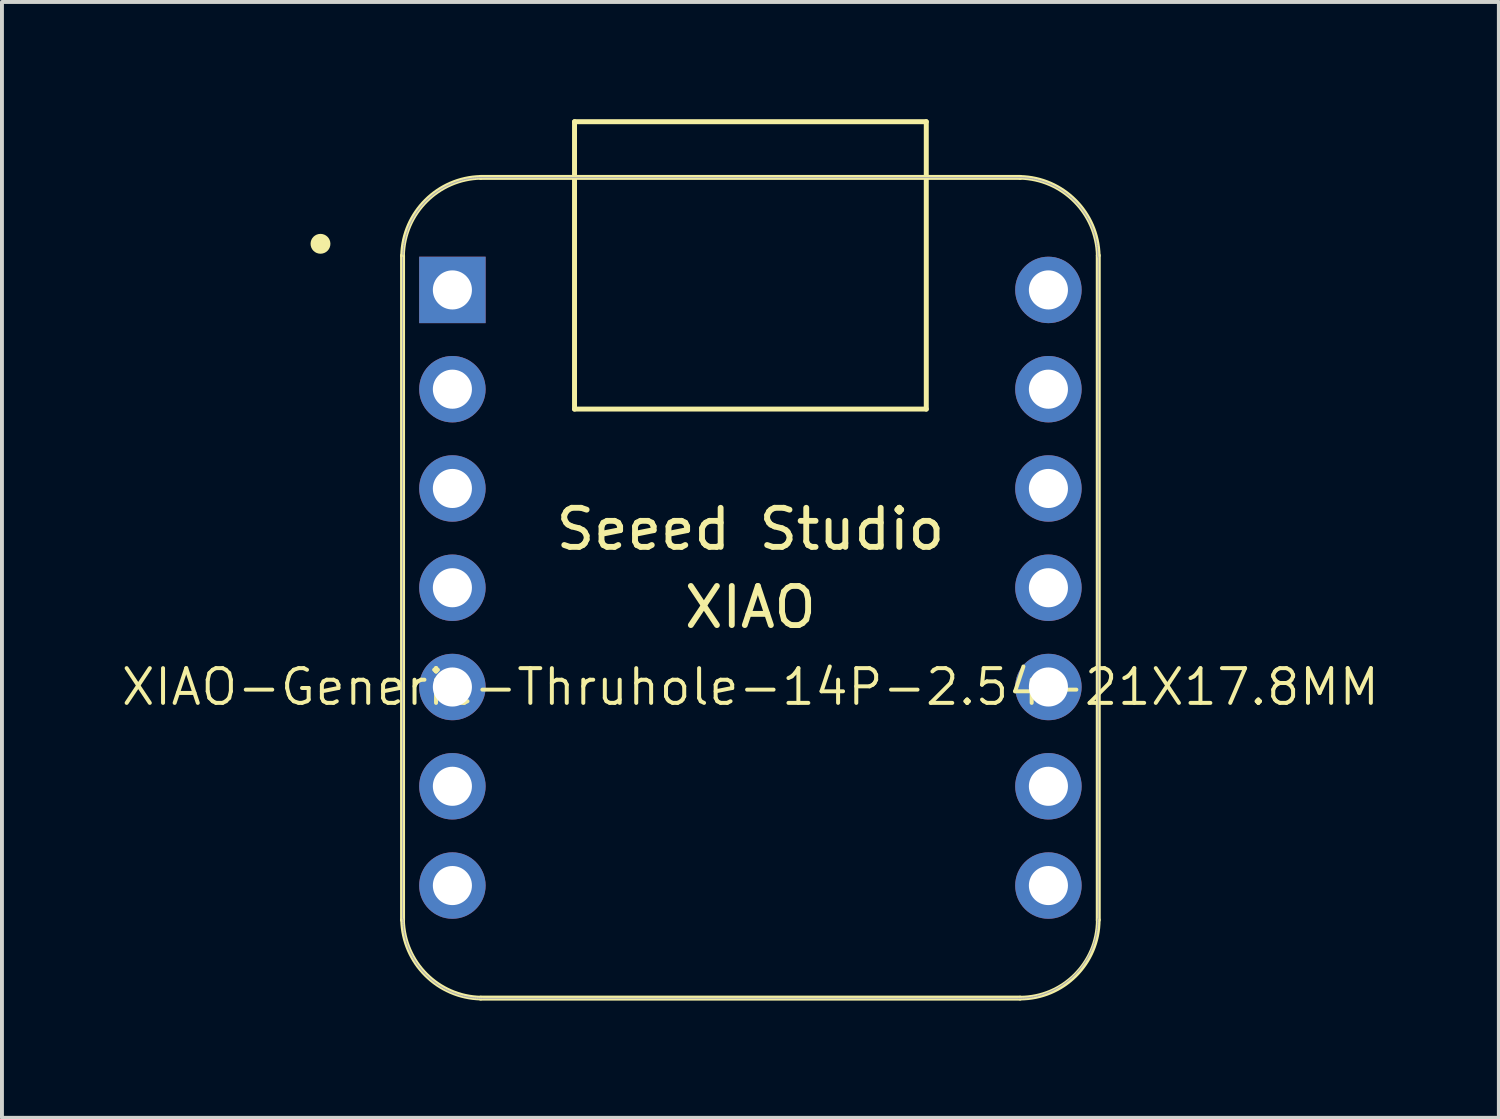
<source format=kicad_pcb>
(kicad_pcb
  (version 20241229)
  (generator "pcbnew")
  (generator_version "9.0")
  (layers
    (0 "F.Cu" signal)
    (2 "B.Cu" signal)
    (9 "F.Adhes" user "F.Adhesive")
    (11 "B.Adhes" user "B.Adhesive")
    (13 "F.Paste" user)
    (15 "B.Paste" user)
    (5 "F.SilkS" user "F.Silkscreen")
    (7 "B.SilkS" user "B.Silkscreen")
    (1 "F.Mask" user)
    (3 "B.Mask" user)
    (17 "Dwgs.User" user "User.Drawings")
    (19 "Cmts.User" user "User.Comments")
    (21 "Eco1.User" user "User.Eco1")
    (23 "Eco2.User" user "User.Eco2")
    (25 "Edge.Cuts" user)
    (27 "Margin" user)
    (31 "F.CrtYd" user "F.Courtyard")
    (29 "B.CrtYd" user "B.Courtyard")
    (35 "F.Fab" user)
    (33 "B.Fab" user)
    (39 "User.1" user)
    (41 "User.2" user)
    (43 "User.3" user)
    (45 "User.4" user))
  (footprint "XIAO-Generic-Thruhole-14P-2.54-21X17.8MM"
    (layer "F.Cu")
    (at 16.15 11.988)
    (property "Reference" "XIAO-Generic-Thruhole-14P-2.54-21X17.8MM" (at 0 2.54 0) (layer "F.SilkS") (effects (font (size 0.889 0.889) (thickness 0.102))))
    (attr smd)
    (fp_line (start -8.9 -8.5) (end -8.9 8.5) (stroke (width 0.127) (type solid)) (layer "F.SilkS"))
    (fp_line (start -6.9 10.5) (end 6.9 10.5) (stroke (width 0.127) (type solid)) (layer "F.SilkS"))
    (fp_line (start -4.5 -11.924) (end 4.5 -11.924) (stroke (width 0.127) (type solid)) (layer "F.SilkS"))
    (fp_line (start -4.5 -4.571) (end -4.5 -11.924) (stroke (width 0.127) (type solid)) (layer "F.SilkS"))
    (fp_line (start 4.5 -11.924) (end 4.5 -4.571) (stroke (width 0.127) (type solid)) (layer "F.SilkS"))
    (fp_line (start 4.5 -4.571) (end -4.5 -4.571) (stroke (width 0.127) (type solid)) (layer "F.SilkS"))
    (fp_line (start 6.9 -10.499) (end -6.9 -10.499) (stroke (width 0.127) (type solid)) (layer "F.SilkS"))
    (fp_line (start 8.9 8.5) (end 8.9 -8.5) (stroke (width 0.127) (type solid)) (layer "F.SilkS"))
    (fp_arc (start -8.9 -8.5) (mid -8.301491 -9.901491) (end -6.9 -10.5) (stroke (width 0.12) (type solid)) (layer "F.SilkS"))
    (fp_arc (start -6.9 10.5) (mid -8.301423 9.901423) (end -8.9 8.5) (stroke (width 0.12) (type solid)) (layer "F.SilkS"))
    (fp_arc (start 6.9 -10.5) (mid 8.301491 -9.901491) (end 8.9 -8.5) (stroke (width 0.12) (type solid)) (layer "F.SilkS"))
    (fp_arc (start 8.9 8.5) (mid 8.314214 9.914214) (end 6.9 10.5) (stroke (width 0.12) (type solid)) (layer "F.SilkS"))
    (fp_circle (center -11 -8.8) (end -11 -9.054) (stroke (width 0) (type solid)) (fill yes) (layer "F.SilkS"))
    (fp_poly (pts (xy -8.888 -8.562) (xy -8.885 -8.61) (xy -8.881 -8.659)) (stroke (width 0.025) (type solid)) (fill no) (layer "F.SilkS"))
    (fp_poly (pts (xy 8.889 8.522) (xy 8.888 8.571) (xy 8.885 8.62) (xy 8.881 8.669) (xy 8.875 8.717) (xy 8.869 8.766) (xy 8.861 8.815) (xy 8.852 8.863) (xy 8.842 8.911)) (stroke (width 0.025) (type solid)) (fill no) (layer "F.SilkS"))
    (fp_line (start -8.9 -8.463) (end -8.9 8.473) (stroke (width 0.025) (type solid)) (layer "F.Fab"))
    (fp_line (start -8.89 8.473) (end -8.889 8.522) (stroke (width 0.025) (type solid)) (layer "F.Fab"))
    (fp_line (start -8.889 8.522) (end -8.888 8.571) (stroke (width 0.025) (type solid)) (layer "F.Fab"))
    (fp_line (start -8.888 -8.562) (end -8.889 -8.512) (stroke (width 0.025) (type solid)) (layer "F.Fab"))
    (fp_line (start -8.888 8.571) (end -8.885 8.62) (stroke (width 0.025) (type solid)) (layer "F.Fab"))
    (fp_line (start -8.885 -8.61) (end -8.888 -8.562) (stroke (width 0.025) (type solid)) (layer "F.Fab"))
    (fp_line (start -8.885 8.62) (end -8.881 8.669) (stroke (width 0.025) (type solid)) (layer "F.Fab"))
    (fp_line (start -8.881 -8.659) (end -8.885 -8.61) (stroke (width 0.025) (type solid)) (layer "F.Fab"))
    (fp_line (start -8.881 8.669) (end -8.875 8.717) (stroke (width 0.025) (type solid)) (layer "F.Fab"))
    (fp_line (start -8.875 -8.708) (end -8.881 -8.659) (stroke (width 0.025) (type solid)) (layer "F.Fab"))
    (fp_line (start -8.875 8.717) (end -8.869 8.766) (stroke (width 0.025) (type solid)) (layer "F.Fab"))
    (fp_line (start -8.869 -8.757) (end -8.875 -8.708) (stroke (width 0.025) (type solid)) (layer "F.Fab"))
    (fp_line (start -8.869 8.766) (end -8.861 8.815) (stroke (width 0.025) (type solid)) (layer "F.Fab"))
    (fp_line (start -8.861 -8.806) (end -8.869 -8.757) (stroke (width 0.025) (type solid)) (layer "F.Fab"))
    (fp_line (start -8.861 8.815) (end -8.852 8.863) (stroke (width 0.025) (type solid)) (layer "F.Fab"))
    (fp_line (start -8.852 -8.854) (end -8.861 -8.806) (stroke (width 0.025) (type solid)) (layer "F.Fab"))
    (fp_line (start -8.852 8.863) (end -8.842 8.911) (stroke (width 0.025) (type solid)) (layer "F.Fab"))
    (fp_line (start -8.842 -8.902) (end -8.852 -8.854) (stroke (width 0.025) (type solid)) (layer "F.Fab"))
    (fp_line (start -8.842 8.911) (end -8.831 8.959) (stroke (width 0.025) (type solid)) (layer "F.Fab"))
    (fp_line (start -8.831 -8.95) (end -8.842 -8.902) (stroke (width 0.025) (type solid)) (layer "F.Fab"))
    (fp_line (start -8.831 8.959) (end -8.819 9.006) (stroke (width 0.025) (type solid)) (layer "F.Fab"))
    (fp_line (start -8.819 -8.997) (end -8.831 -8.95) (stroke (width 0.025) (type solid)) (layer "F.Fab"))
    (fp_line (start -8.819 9.006) (end -8.805 9.054) (stroke (width 0.025) (type solid)) (layer "F.Fab"))
    (fp_line (start -8.805 -9.045) (end -8.819 -8.997) (stroke (width 0.025) (type solid)) (layer "F.Fab"))
    (fp_line (start -8.805 9.054) (end -8.79 9.1) (stroke (width 0.025) (type solid)) (layer "F.Fab"))
    (fp_line (start -8.79 -9.091) (end -8.805 -9.045) (stroke (width 0.025) (type solid)) (layer "F.Fab"))
    (fp_line (start -8.79 9.1) (end -8.775 9.147) (stroke (width 0.025) (type solid)) (layer "F.Fab"))
    (fp_line (start -8.775 -9.138) (end -8.79 -9.091) (stroke (width 0.025) (type solid)) (layer "F.Fab"))
    (fp_line (start -8.775 9.147) (end -8.758 9.193) (stroke (width 0.025) (type solid)) (layer "F.Fab"))
    (fp_line (start -8.758 -9.184) (end -8.775 -9.138) (stroke (width 0.025) (type solid)) (layer "F.Fab"))
    (fp_line (start -8.758 9.193) (end -8.74 9.239) (stroke (width 0.025) (type solid)) (layer "F.Fab"))
    (fp_line (start -8.74 -9.23) (end -8.758 -9.184) (stroke (width 0.025) (type solid)) (layer "F.Fab"))
    (fp_line (start -8.74 9.239) (end -8.721 9.284) (stroke (width 0.025) (type solid)) (layer "F.Fab"))
    (fp_line (start -8.721 -9.275) (end -8.74 -9.23) (stroke (width 0.025) (type solid)) (layer "F.Fab"))
    (fp_line (start -8.721 9.284) (end -8.701 9.329) (stroke (width 0.025) (type solid)) (layer "F.Fab"))
    (fp_line (start -8.701 -9.32) (end -8.721 -9.275) (stroke (width 0.025) (type solid)) (layer "F.Fab"))
    (fp_line (start -8.701 9.329) (end -8.679 9.373) (stroke (width 0.025) (type solid)) (layer "F.Fab"))
    (fp_line (start -8.679 -9.364) (end -8.701 -9.32) (stroke (width 0.025) (type solid)) (layer "F.Fab"))
    (fp_line (start -8.679 9.373) (end -8.657 9.417) (stroke (width 0.025) (type solid)) (layer "F.Fab"))
    (fp_line (start -8.657 -9.408) (end -8.679 -9.364) (stroke (width 0.025) (type solid)) (layer "F.Fab"))
    (fp_line (start -8.657 9.417) (end -8.634 9.46) (stroke (width 0.025) (type solid)) (layer "F.Fab"))
    (fp_line (start -8.634 -9.451) (end -8.657 -9.408) (stroke (width 0.025) (type solid)) (layer "F.Fab"))
    (fp_line (start -8.634 9.46) (end -8.61 9.503) (stroke (width 0.025) (type solid)) (layer "F.Fab"))
    (fp_line (start -8.61 -9.494) (end -8.634 -9.451) (stroke (width 0.025) (type solid)) (layer "F.Fab"))
    (fp_line (start -8.61 9.503) (end -8.584 9.545) (stroke (width 0.025) (type solid)) (layer "F.Fab"))
    (fp_line (start -8.584 -9.536) (end -8.61 -9.494) (stroke (width 0.025) (type solid)) (layer "F.Fab"))
    (fp_line (start -8.584 9.545) (end -8.558 9.586) (stroke (width 0.025) (type solid)) (layer "F.Fab"))
    (fp_line (start -8.558 -9.577) (end -8.584 -9.536) (stroke (width 0.025) (type solid)) (layer "F.Fab"))
    (fp_line (start -8.558 9.586) (end -8.53 9.627) (stroke (width 0.025) (type solid)) (layer "F.Fab"))
    (fp_line (start -8.53 -9.618) (end -8.558 -9.577) (stroke (width 0.025) (type solid)) (layer "F.Fab"))
    (fp_line (start -8.53 9.627) (end -8.502 9.667) (stroke (width 0.025) (type solid)) (layer "F.Fab"))
    (fp_line (start -8.502 -9.658) (end -8.53 -9.618) (stroke (width 0.025) (type solid)) (layer "F.Fab"))
    (fp_line (start -8.502 9.667) (end -8.473 9.706) (stroke (width 0.025) (type solid)) (layer "F.Fab"))
    (fp_line (start -8.473 -9.697) (end -8.502 -9.658) (stroke (width 0.025) (type solid)) (layer "F.Fab"))
    (fp_line (start -8.473 9.706) (end -8.442 9.745) (stroke (width 0.025) (type solid)) (layer "F.Fab"))
    (fp_line (start -8.442 -9.736) (end -8.473 -9.697) (stroke (width 0.025) (type solid)) (layer "F.Fab"))
    (fp_line (start -8.442 9.745) (end -8.411 9.783) (stroke (width 0.025) (type solid)) (layer "F.Fab"))
    (fp_line (start -8.411 -9.774) (end -8.442 -9.736) (stroke (width 0.025) (type solid)) (layer "F.Fab"))
    (fp_line (start -8.411 9.783) (end -8.379 9.82) (stroke (width 0.025) (type solid)) (layer "F.Fab"))
    (fp_line (start -8.379 -9.811) (end -8.411 -9.774) (stroke (width 0.025) (type solid)) (layer "F.Fab"))
    (fp_line (start -8.379 9.82) (end -8.346 9.856) (stroke (width 0.025) (type solid)) (layer "F.Fab"))
    (fp_line (start -8.346 -9.847) (end -8.379 -9.811) (stroke (width 0.025) (type solid)) (layer "F.Fab"))
    (fp_line (start -8.346 9.856) (end -8.312 9.892) (stroke (width 0.025) (type solid)) (layer "F.Fab"))
    (fp_line (start -8.312 -9.883) (end -8.346 -9.847) (stroke (width 0.025) (type solid)) (layer "F.Fab"))
    (fp_line (start -8.312 9.892) (end -8.277 9.927) (stroke (width 0.025) (type solid)) (layer "F.Fab"))
    (fp_line (start -8.277 -9.918) (end -8.312 -9.883) (stroke (width 0.025) (type solid)) (layer "F.Fab"))
    (fp_line (start -8.277 9.927) (end -8.242 9.96) (stroke (width 0.025) (type solid)) (layer "F.Fab"))
    (fp_line (start -8.242 -9.951) (end -8.277 -9.918) (stroke (width 0.025) (type solid)) (layer "F.Fab"))
    (fp_line (start -8.242 9.96) (end -8.205 9.994) (stroke (width 0.025) (type solid)) (layer "F.Fab"))
    (fp_line (start -8.205 -9.984) (end -8.242 -9.951) (stroke (width 0.025) (type solid)) (layer "F.Fab"))
    (fp_line (start -8.205 9.994) (end -8.168 10.026) (stroke (width 0.025) (type solid)) (layer "F.Fab"))
    (fp_line (start -8.168 -10.017) (end -8.205 -9.984) (stroke (width 0.025) (type solid)) (layer "F.Fab"))
    (fp_line (start -8.168 10.026) (end -8.13 10.057) (stroke (width 0.025) (type solid)) (layer "F.Fab"))
    (fp_line (start -8.13 -10.048) (end -8.168 -10.017) (stroke (width 0.025) (type solid)) (layer "F.Fab"))
    (fp_line (start -8.13 10.057) (end -8.092 10.087) (stroke (width 0.025) (type solid)) (layer "F.Fab"))
    (fp_line (start -8.092 -10.078) (end -8.13 -10.048) (stroke (width 0.025) (type solid)) (layer "F.Fab"))
    (fp_line (start -8.092 10.087) (end -8.052 10.116) (stroke (width 0.025) (type solid)) (layer "F.Fab"))
    (fp_line (start -8.052 -10.107) (end -8.092 -10.078) (stroke (width 0.025) (type solid)) (layer "F.Fab"))
    (fp_line (start -8.052 10.116) (end -8.012 10.145) (stroke (width 0.025) (type solid)) (layer "F.Fab"))
    (fp_line (start -8.012 -10.136) (end -8.052 -10.107) (stroke (width 0.025) (type solid)) (layer "F.Fab"))
    (fp_line (start -8.012 10.145) (end -7.972 10.172) (stroke (width 0.025) (type solid)) (layer "F.Fab"))
    (fp_line (start -7.972 -10.163) (end -8.012 -10.136) (stroke (width 0.025) (type solid)) (layer "F.Fab"))
    (fp_line (start -7.972 10.172) (end -7.93 10.199) (stroke (width 0.025) (type solid)) (layer "F.Fab"))
    (fp_line (start -7.93 -10.19) (end -7.972 -10.163) (stroke (width 0.025) (type solid)) (layer "F.Fab"))
    (fp_line (start -7.93 10.199) (end -7.888 10.224) (stroke (width 0.025) (type solid)) (layer "F.Fab"))
    (fp_line (start -7.888 -10.215) (end -7.93 -10.19) (stroke (width 0.025) (type solid)) (layer "F.Fab"))
    (fp_line (start -7.888 10.224) (end -7.846 10.249) (stroke (width 0.025) (type solid)) (layer "F.Fab"))
    (fp_line (start -7.846 -10.239) (end -7.888 -10.215) (stroke (width 0.025) (type solid)) (layer "F.Fab"))
    (fp_line (start -7.846 10.249) (end -7.802 10.272) (stroke (width 0.025) (type solid)) (layer "F.Fab"))
    (fp_line (start -7.802 -10.263) (end -7.846 -10.239) (stroke (width 0.025) (type solid)) (layer "F.Fab"))
    (fp_line (start -7.802 10.272) (end -7.759 10.294) (stroke (width 0.025) (type solid)) (layer "F.Fab"))
    (fp_line (start -7.759 -10.285) (end -7.802 -10.263) (stroke (width 0.025) (type solid)) (layer "F.Fab"))
    (fp_line (start -7.759 10.294) (end -7.714 10.315) (stroke (width 0.025) (type solid)) (layer "F.Fab"))
    (fp_line (start -7.714 -10.306) (end -7.759 -10.285) (stroke (width 0.025) (type solid)) (layer "F.Fab"))
    (fp_line (start -7.714 10.315) (end -7.67 10.335) (stroke (width 0.025) (type solid)) (layer "F.Fab"))
    (fp_line (start -7.67 -10.326) (end -7.714 -10.306) (stroke (width 0.025) (type solid)) (layer "F.Fab"))
    (fp_line (start -7.67 10.335) (end -7.624 10.354) (stroke (width 0.025) (type solid)) (layer "F.Fab"))
    (fp_line (start -7.624 -10.345) (end -7.67 -10.326) (stroke (width 0.025) (type solid)) (layer "F.Fab"))
    (fp_line (start -7.624 10.354) (end -7.579 10.372) (stroke (width 0.025) (type solid)) (layer "F.Fab"))
    (fp_line (start -7.579 -10.363) (end -7.624 -10.345) (stroke (width 0.025) (type solid)) (layer "F.Fab"))
    (fp_line (start -7.579 10.372) (end -7.532 10.389) (stroke (width 0.025) (type solid)) (layer "F.Fab"))
    (fp_line (start -7.532 -10.38) (end -7.579 -10.363) (stroke (width 0.025) (type solid)) (layer "F.Fab"))
    (fp_line (start -7.532 10.389) (end -7.486 10.405) (stroke (width 0.025) (type solid)) (layer "F.Fab"))
    (fp_line (start -7.486 -10.396) (end -7.532 -10.38) (stroke (width 0.025) (type solid)) (layer "F.Fab"))
    (fp_line (start -7.486 10.405) (end -7.439 10.42) (stroke (width 0.025) (type solid)) (layer "F.Fab"))
    (fp_line (start -7.439 -10.411) (end -7.486 -10.396) (stroke (width 0.025) (type solid)) (layer "F.Fab"))
    (fp_line (start -7.439 10.42) (end -7.392 10.433) (stroke (width 0.025) (type solid)) (layer "F.Fab"))
    (fp_line (start -7.392 -10.424) (end -7.439 -10.411) (stroke (width 0.025) (type solid)) (layer "F.Fab"))
    (fp_line (start -7.392 10.433) (end -7.344 10.446) (stroke (width 0.025) (type solid)) (layer "F.Fab"))
    (fp_line (start -7.344 -10.436) (end -7.392 -10.424) (stroke (width 0.025) (type solid)) (layer "F.Fab"))
    (fp_line (start -7.344 10.446) (end -7.296 10.457) (stroke (width 0.025) (type solid)) (layer "F.Fab"))
    (fp_line (start -7.296 -10.448) (end -7.344 -10.436) (stroke (width 0.025) (type solid)) (layer "F.Fab"))
    (fp_line (start -7.296 10.457) (end -7.248 10.467) (stroke (width 0.025) (type solid)) (layer "F.Fab"))
    (fp_line (start -7.248 -10.458) (end -7.296 -10.448) (stroke (width 0.025) (type solid)) (layer "F.Fab"))
    (fp_line (start -7.248 10.467) (end -7.2 10.476) (stroke (width 0.025) (type solid)) (layer "F.Fab"))
    (fp_line (start -7.2 -10.466) (end -7.248 -10.458) (stroke (width 0.025) (type solid)) (layer "F.Fab"))
    (fp_line (start -7.2 10.476) (end -7.152 10.483) (stroke (width 0.025) (type solid)) (layer "F.Fab"))
    (fp_line (start -7.152 -10.474) (end -7.2 -10.466) (stroke (width 0.025) (type solid)) (layer "F.Fab"))
    (fp_line (start -7.152 10.483) (end -7.103 10.49) (stroke (width 0.025) (type solid)) (layer "F.Fab"))
    (fp_line (start -7.103 -10.481) (end -7.152 -10.474) (stroke (width 0.025) (type solid)) (layer "F.Fab"))
    (fp_line (start -7.103 10.49) (end -7.054 10.495) (stroke (width 0.025) (type solid)) (layer "F.Fab"))
    (fp_line (start -7.054 -10.486) (end -7.103 -10.481) (stroke (width 0.025) (type solid)) (layer "F.Fab"))
    (fp_line (start -7.054 10.495) (end -7.005 10.499) (stroke (width 0.025) (type solid)) (layer "F.Fab"))
    (fp_line (start -7.005 -10.49) (end -7.054 -10.486) (stroke (width 0.025) (type solid)) (layer "F.Fab"))
    (fp_line (start -7.005 10.499) (end -6.956 10.502) (stroke (width 0.025) (type solid)) (layer "F.Fab"))
    (fp_line (start -6.956 -10.493) (end -7.005 -10.49) (stroke (width 0.025) (type solid)) (layer "F.Fab"))
    (fp_line (start -6.956 10.502) (end -6.907 10.504) (stroke (width 0.025) (type solid)) (layer "F.Fab"))
    (fp_line (start -6.907 -10.495) (end -6.956 -10.493) (stroke (width 0.025) (type solid)) (layer "F.Fab"))
    (fp_line (start -6.907 10.504) (end -6.858 10.505) (stroke (width 0.025) (type solid)) (layer "F.Fab"))
    (fp_line (start -6.858 -10.495) (end -6.907 -10.495) (stroke (width 0.025) (type solid)) (layer "F.Fab"))
    (fp_line (start -6.858 10.505) (end 6.858 10.505) (stroke (width 0.025) (type solid)) (layer "F.Fab"))
    (fp_line (start 6.858 -10.495) (end -6.858 -10.495) (stroke (width 0.025) (type solid)) (layer "F.Fab"))
    (fp_line (start 6.858 10.505) (end 6.907 10.504) (stroke (width 0.025) (type solid)) (layer "F.Fab"))
    (fp_line (start 6.907 -10.495) (end 6.858 -10.495) (stroke (width 0.025) (type solid)) (layer "F.Fab"))
    (fp_line (start 6.907 10.504) (end 6.956 10.502) (stroke (width 0.025) (type solid)) (layer "F.Fab"))
    (fp_line (start 6.956 -10.493) (end 6.907 -10.495) (stroke (width 0.025) (type solid)) (layer "F.Fab"))
    (fp_line (start 6.956 10.502) (end 7.005 10.499) (stroke (width 0.025) (type solid)) (layer "F.Fab"))
    (fp_line (start 7.005 -10.49) (end 6.956 -10.493) (stroke (width 0.025) (type solid)) (layer "F.Fab"))
    (fp_line (start 7.005 10.499) (end 7.054 10.495) (stroke (width 0.025) (type solid)) (layer "F.Fab"))
    (fp_line (start 7.054 -10.486) (end 7.005 -10.49) (stroke (width 0.025) (type solid)) (layer "F.Fab"))
    (fp_line (start 7.054 10.495) (end 7.103 10.49) (stroke (width 0.025) (type solid)) (layer "F.Fab"))
    (fp_line (start 7.103 -10.481) (end 7.054 -10.486) (stroke (width 0.025) (type solid)) (layer "F.Fab"))
    (fp_line (start 7.103 10.49) (end 7.152 10.483) (stroke (width 0.025) (type solid)) (layer "F.Fab"))
    (fp_line (start 7.152 -10.474) (end 7.103 -10.481) (stroke (width 0.025) (type solid)) (layer "F.Fab"))
    (fp_line (start 7.152 10.483) (end 7.2 10.476) (stroke (width 0.025) (type solid)) (layer "F.Fab"))
    (fp_line (start 7.2 -10.466) (end 7.152 -10.474) (stroke (width 0.025) (type solid)) (layer "F.Fab"))
    (fp_line (start 7.2 10.476) (end 7.248 10.467) (stroke (width 0.025) (type solid)) (layer "F.Fab"))
    (fp_line (start 7.248 -10.458) (end 7.2 -10.466) (stroke (width 0.025) (type solid)) (layer "F.Fab"))
    (fp_line (start 7.248 10.467) (end 7.296 10.457) (stroke (width 0.025) (type solid)) (layer "F.Fab"))
    (fp_line (start 7.296 -10.448) (end 7.248 -10.458) (stroke (width 0.025) (type solid)) (layer "F.Fab"))
    (fp_line (start 7.296 10.457) (end 7.344 10.446) (stroke (width 0.025) (type solid)) (layer "F.Fab"))
    (fp_line (start 7.344 -10.436) (end 7.296 -10.448) (stroke (width 0.025) (type solid)) (layer "F.Fab"))
    (fp_line (start 7.344 10.446) (end 7.392 10.433) (stroke (width 0.025) (type solid)) (layer "F.Fab"))
    (fp_line (start 7.392 -10.424) (end 7.344 -10.436) (stroke (width 0.025) (type solid)) (layer "F.Fab"))
    (fp_line (start 7.392 10.433) (end 7.439 10.42) (stroke (width 0.025) (type solid)) (layer "F.Fab"))
    (fp_line (start 7.439 -10.411) (end 7.392 -10.424) (stroke (width 0.025) (type solid)) (layer "F.Fab"))
    (fp_line (start 7.439 10.42) (end 7.486 10.405) (stroke (width 0.025) (type solid)) (layer "F.Fab"))
    (fp_line (start 7.486 -10.396) (end 7.439 -10.411) (stroke (width 0.025) (type solid)) (layer "F.Fab"))
    (fp_line (start 7.486 10.405) (end 7.532 10.389) (stroke (width 0.025) (type solid)) (layer "F.Fab"))
    (fp_line (start 7.532 -10.38) (end 7.486 -10.396) (stroke (width 0.025) (type solid)) (layer "F.Fab"))
    (fp_line (start 7.532 10.389) (end 7.579 10.372) (stroke (width 0.025) (type solid)) (layer "F.Fab"))
    (fp_line (start 7.579 -10.363) (end 7.532 -10.38) (stroke (width 0.025) (type solid)) (layer "F.Fab"))
    (fp_line (start 7.579 10.372) (end 7.624 10.354) (stroke (width 0.025) (type solid)) (layer "F.Fab"))
    (fp_line (start 7.624 -10.345) (end 7.579 -10.363) (stroke (width 0.025) (type solid)) (layer "F.Fab"))
    (fp_line (start 7.624 10.354) (end 7.67 10.335) (stroke (width 0.025) (type solid)) (layer "F.Fab"))
    (fp_line (start 7.67 -10.326) (end 7.624 -10.345) (stroke (width 0.025) (type solid)) (layer "F.Fab"))
    (fp_line (start 7.67 10.335) (end 7.714 10.315) (stroke (width 0.025) (type solid)) (layer "F.Fab"))
    (fp_line (start 7.714 -10.306) (end 7.67 -10.326) (stroke (width 0.025) (type solid)) (layer "F.Fab"))
    (fp_line (start 7.714 10.315) (end 7.759 10.294) (stroke (width 0.025) (type solid)) (layer "F.Fab"))
    (fp_line (start 7.759 -10.285) (end 7.714 -10.306) (stroke (width 0.025) (type solid)) (layer "F.Fab"))
    (fp_line (start 7.759 10.294) (end 7.802 10.272) (stroke (width 0.025) (type solid)) (layer "F.Fab"))
    (fp_line (start 7.802 -10.263) (end 7.759 -10.285) (stroke (width 0.025) (type solid)) (layer "F.Fab"))
    (fp_line (start 7.802 10.272) (end 7.846 10.249) (stroke (width 0.025) (type solid)) (layer "F.Fab"))
    (fp_line (start 7.846 -10.239) (end 7.802 -10.263) (stroke (width 0.025) (type solid)) (layer "F.Fab"))
    (fp_line (start 7.846 10.249) (end 7.888 10.224) (stroke (width 0.025) (type solid)) (layer "F.Fab"))
    (fp_line (start 7.888 -10.215) (end 7.846 -10.239) (stroke (width 0.025) (type solid)) (layer "F.Fab"))
    (fp_line (start 7.888 10.224) (end 7.93 10.199) (stroke (width 0.025) (type solid)) (layer "F.Fab"))
    (fp_line (start 7.93 -10.19) (end 7.888 -10.215) (stroke (width 0.025) (type solid)) (layer "F.Fab"))
    (fp_line (start 7.93 10.199) (end 7.972 10.172) (stroke (width 0.025) (type solid)) (layer "F.Fab"))
    (fp_line (start 7.972 -10.163) (end 7.93 -10.19) (stroke (width 0.025) (type solid)) (layer "F.Fab"))
    (fp_line (start 7.972 10.172) (end 8.012 10.145) (stroke (width 0.025) (type solid)) (layer "F.Fab"))
    (fp_line (start 8.012 -10.136) (end 7.972 -10.163) (stroke (width 0.025) (type solid)) (layer "F.Fab"))
    (fp_line (start 8.012 10.145) (end 8.052 10.116) (stroke (width 0.025) (type solid)) (layer "F.Fab"))
    (fp_line (start 8.052 -10.107) (end 8.012 -10.136) (stroke (width 0.025) (type solid)) (layer "F.Fab"))
    (fp_line (start 8.052 10.116) (end 8.092 10.087) (stroke (width 0.025) (type solid)) (layer "F.Fab"))
    (fp_line (start 8.092 -10.078) (end 8.052 -10.107) (stroke (width 0.025) (type solid)) (layer "F.Fab"))
    (fp_line (start 8.092 10.087) (end 8.13 10.057) (stroke (width 0.025) (type solid)) (layer "F.Fab"))
    (fp_line (start 8.13 -10.048) (end 8.092 -10.078) (stroke (width 0.025) (type solid)) (layer "F.Fab"))
    (fp_line (start 8.13 10.057) (end 8.168 10.026) (stroke (width 0.025) (type solid)) (layer "F.Fab"))
    (fp_line (start 8.168 -10.017) (end 8.13 -10.048) (stroke (width 0.025) (type solid)) (layer "F.Fab"))
    (fp_line (start 8.168 10.026) (end 8.205 9.994) (stroke (width 0.025) (type solid)) (layer "F.Fab"))
    (fp_line (start 8.205 -9.984) (end 8.168 -10.017) (stroke (width 0.025) (type solid)) (layer "F.Fab"))
    (fp_line (start 8.205 9.994) (end 8.242 9.96) (stroke (width 0.025) (type solid)) (layer "F.Fab"))
    (fp_line (start 8.242 -9.951) (end 8.205 -9.984) (stroke (width 0.025) (type solid)) (layer "F.Fab"))
    (fp_line (start 8.242 9.96) (end 8.277 9.927) (stroke (width 0.025) (type solid)) (layer "F.Fab"))
    (fp_line (start 8.277 -9.918) (end 8.242 -9.951) (stroke (width 0.025) (type solid)) (layer "F.Fab"))
    (fp_line (start 8.277 9.927) (end 8.312 9.892) (stroke (width 0.025) (type solid)) (layer "F.Fab"))
    (fp_line (start 8.312 -9.883) (end 8.277 -9.918) (stroke (width 0.025) (type solid)) (layer "F.Fab"))
    (fp_line (start 8.312 9.892) (end 8.346 9.856) (stroke (width 0.025) (type solid)) (layer "F.Fab"))
    (fp_line (start 8.346 -9.847) (end 8.312 -9.883) (stroke (width 0.025) (type solid)) (layer "F.Fab"))
    (fp_line (start 8.346 9.856) (end 8.379 9.82) (stroke (width 0.025) (type solid)) (layer "F.Fab"))
    (fp_line (start 8.379 -9.811) (end 8.346 -9.847) (stroke (width 0.025) (type solid)) (layer "F.Fab"))
    (fp_line (start 8.379 9.82) (end 8.411 9.783) (stroke (width 0.025) (type solid)) (layer "F.Fab"))
    (fp_line (start 8.411 -9.774) (end 8.379 -9.811) (stroke (width 0.025) (type solid)) (layer "F.Fab"))
    (fp_line (start 8.411 9.783) (end 8.442 9.745) (stroke (width 0.025) (type solid)) (layer "F.Fab"))
    (fp_line (start 8.442 -9.736) (end 8.411 -9.774) (stroke (width 0.025) (type solid)) (layer "F.Fab"))
    (fp_line (start 8.442 9.745) (end 8.473 9.706) (stroke (width 0.025) (type solid)) (layer "F.Fab"))
    (fp_line (start 8.473 -9.697) (end 8.442 -9.736) (stroke (width 0.025) (type solid)) (layer "F.Fab"))
    (fp_line (start 8.473 9.706) (end 8.502 9.667) (stroke (width 0.025) (type solid)) (layer "F.Fab"))
    (fp_line (start 8.502 -9.658) (end 8.473 -9.697) (stroke (width 0.025) (type solid)) (layer "F.Fab"))
    (fp_line (start 8.502 9.667) (end 8.53 9.627) (stroke (width 0.025) (type solid)) (layer "F.Fab"))
    (fp_line (start 8.53 -9.618) (end 8.502 -9.658) (stroke (width 0.025) (type solid)) (layer "F.Fab"))
    (fp_line (start 8.53 9.627) (end 8.558 9.586) (stroke (width 0.025) (type solid)) (layer "F.Fab"))
    (fp_line (start 8.558 -9.577) (end 8.53 -9.618) (stroke (width 0.025) (type solid)) (layer "F.Fab"))
    (fp_line (start 8.558 9.586) (end 8.584 9.545) (stroke (width 0.025) (type solid)) (layer "F.Fab"))
    (fp_line (start 8.584 -9.536) (end 8.558 -9.577) (stroke (width 0.025) (type solid)) (layer "F.Fab"))
    (fp_line (start 8.584 9.545) (end 8.61 9.503) (stroke (width 0.025) (type solid)) (layer "F.Fab"))
    (fp_line (start 8.61 -9.494) (end 8.584 -9.536) (stroke (width 0.025) (type solid)) (layer "F.Fab"))
    (fp_line (start 8.61 9.503) (end 8.634 9.46) (stroke (width 0.025) (type solid)) (layer "F.Fab"))
    (fp_line (start 8.634 -9.451) (end 8.61 -9.494) (stroke (width 0.025) (type solid)) (layer "F.Fab"))
    (fp_line (start 8.634 9.46) (end 8.657 9.417) (stroke (width 0.025) (type solid)) (layer "F.Fab"))
    (fp_line (start 8.657 -9.408) (end 8.634 -9.451) (stroke (width 0.025) (type solid)) (layer "F.Fab"))
    (fp_line (start 8.657 9.417) (end 8.679 9.373) (stroke (width 0.025) (type solid)) (layer "F.Fab"))
    (fp_line (start 8.679 -9.364) (end 8.657 -9.408) (stroke (width 0.025) (type solid)) (layer "F.Fab"))
    (fp_line (start 8.679 9.373) (end 8.701 9.329) (stroke (width 0.025) (type solid)) (layer "F.Fab"))
    (fp_line (start 8.701 -9.32) (end 8.679 -9.364) (stroke (width 0.025) (type solid)) (layer "F.Fab"))
    (fp_line (start 8.701 9.329) (end 8.721 9.284) (stroke (width 0.025) (type solid)) (layer "F.Fab"))
    (fp_line (start 8.721 -9.275) (end 8.701 -9.32) (stroke (width 0.025) (type solid)) (layer "F.Fab"))
    (fp_line (start 8.721 9.284) (end 8.74 9.239) (stroke (width 0.025) (type solid)) (layer "F.Fab"))
    (fp_line (start 8.74 -9.23) (end 8.721 -9.275) (stroke (width 0.025) (type solid)) (layer "F.Fab"))
    (fp_line (start 8.74 9.239) (end 8.758 9.193) (stroke (width 0.025) (type solid)) (layer "F.Fab"))
    (fp_line (start 8.758 -9.184) (end 8.74 -9.23) (stroke (width 0.025) (type solid)) (layer "F.Fab"))
    (fp_line (start 8.758 9.193) (end 8.775 9.147) (stroke (width 0.025) (type solid)) (layer "F.Fab"))
    (fp_line (start 8.775 -9.138) (end 8.758 -9.184) (stroke (width 0.025) (type solid)) (layer "F.Fab"))
    (fp_line (start 8.775 9.147) (end 8.79 9.1) (stroke (width 0.025) (type solid)) (layer "F.Fab"))
    (fp_line (start 8.79 -9.091) (end 8.775 -9.138) (stroke (width 0.025) (type solid)) (layer "F.Fab"))
    (fp_line (start 8.79 9.1) (end 8.805 9.054) (stroke (width 0.025) (type solid)) (layer "F.Fab"))
    (fp_line (start 8.805 -9.045) (end 8.79 -9.091) (stroke (width 0.025) (type solid)) (layer "F.Fab"))
    (fp_line (start 8.805 9.054) (end 8.819 9.006) (stroke (width 0.025) (type solid)) (layer "F.Fab"))
    (fp_line (start 8.819 -8.997) (end 8.805 -9.045) (stroke (width 0.025) (type solid)) (layer "F.Fab"))
    (fp_line (start 8.819 9.006) (end 8.831 8.959) (stroke (width 0.025) (type solid)) (layer "F.Fab"))
    (fp_line (start 8.831 -8.95) (end 8.819 -8.997) (stroke (width 0.025) (type solid)) (layer "F.Fab"))
    (fp_line (start 8.831 8.959) (end 8.842 8.911) (stroke (width 0.025) (type solid)) (layer "F.Fab"))
    (fp_line (start 8.842 -8.902) (end 8.831 -8.95) (stroke (width 0.025) (type solid)) (layer "F.Fab"))
    (fp_line (start 8.842 8.911) (end 8.852 8.863) (stroke (width 0.025) (type solid)) (layer "F.Fab"))
    (fp_line (start 8.852 -8.854) (end 8.842 -8.902) (stroke (width 0.025) (type solid)) (layer "F.Fab"))
    (fp_line (start 8.852 8.863) (end 8.861 8.815) (stroke (width 0.025) (type solid)) (layer "F.Fab"))
    (fp_line (start 8.861 -8.806) (end 8.852 -8.854) (stroke (width 0.025) (type solid)) (layer "F.Fab"))
    (fp_line (start 8.861 8.815) (end 8.869 8.766) (stroke (width 0.025) (type solid)) (layer "F.Fab"))
    (fp_line (start 8.869 -8.757) (end 8.861 -8.806) (stroke (width 0.025) (type solid)) (layer "F.Fab"))
    (fp_line (start 8.869 8.766) (end 8.875 8.717) (stroke (width 0.025) (type solid)) (layer "F.Fab"))
    (fp_line (start 8.875 -8.708) (end 8.869 -8.757) (stroke (width 0.025) (type solid)) (layer "F.Fab"))
    (fp_line (start 8.875 8.717) (end 8.881 8.669) (stroke (width 0.025) (type solid)) (layer "F.Fab"))
    (fp_line (start 8.881 -8.659) (end 8.875 -8.708) (stroke (width 0.025) (type solid)) (layer "F.Fab"))
    (fp_line (start 8.881 8.669) (end 8.885 8.62) (stroke (width 0.025) (type solid)) (layer "F.Fab"))
    (fp_line (start 8.885 -8.61) (end 8.881 -8.659) (stroke (width 0.025) (type solid)) (layer "F.Fab"))
    (fp_line (start 8.885 8.62) (end 8.888 8.571) (stroke (width 0.025) (type solid)) (layer "F.Fab"))
    (fp_line (start 8.888 -8.562) (end 8.885 -8.61) (stroke (width 0.025) (type solid)) (layer "F.Fab"))
    (fp_line (start 8.888 8.571) (end 8.889 8.522) (stroke (width 0.025) (type solid)) (layer "F.Fab"))
    (fp_line (start 8.889 -8.512) (end 8.888 -8.562) (stroke (width 0.025) (type solid)) (layer "F.Fab"))
    (fp_line (start 8.889 8.522) (end 8.89 8.473) (stroke (width 0.025) (type solid)) (layer "F.Fab"))
    (fp_line (start 8.89 -8.463) (end 8.889 -8.512) (stroke (width 0.025) (type solid)) (layer "F.Fab"))
    (fp_line (start 8.9 8.473) (end 8.9 -8.463) (stroke (width 0.025) (type solid)) (layer "F.Fab"))
    (fp_text user "XIAO" (at 0 0.5 0) (unlocked yes) (layer "F.SilkS") (effects (font (size 1 1) (thickness 0.15))))
    (fp_text user "Seeed Studio" (at 0 -1.5 0) (unlocked yes) (layer "F.SilkS") (effects (font (size 1 1) (thickness 0.15))))
    (pad "1" thru_hole rect (at -7.625 -7.62) (size 1.7 1.7) (drill 1) (layers "*.Cu" "*.Mask"))
    (pad "2" thru_hole circle (at -7.625 -5.08) (size 1.7 1.7) (drill 1) (layers "*.Cu" "*.Mask"))
    (pad "3" thru_hole circle (at -7.625 -2.54) (size 1.7 1.7) (drill 1) (layers "*.Cu" "*.Mask"))
    (pad "4" thru_hole circle (at -7.625 0) (size 1.7 1.7) (drill 1) (layers "*.Cu" "*.Mask"))
    (pad "5" thru_hole circle (at -7.625 2.54) (size 1.7 1.7) (drill 1) (layers "*.Cu" "*.Mask"))
    (pad "6" thru_hole circle (at -7.625 5.08 180) (size 1.7 1.7) (drill 1) (layers "*.Cu" "*.Mask"))
    (pad "7" thru_hole circle (at -7.625 7.62) (size 1.7 1.7) (drill 1) (layers "*.Cu" "*.Mask"))
    (pad "8" thru_hole circle (at 7.625 7.62) (size 1.7 1.7) (drill 1) (layers "*.Cu" "*.Mask"))
    (pad "9" thru_hole circle (at 7.625 5.08) (size 1.7 1.7) (drill 1) (layers "*.Cu" "*.Mask"))
    (pad "10" thru_hole circle (at 7.625 2.54) (size 1.7 1.7) (drill 1) (layers "*.Cu" "*.Mask"))
    (pad "11" thru_hole circle (at 7.625 0) (size 1.7 1.7) (drill 1) (layers "*.Cu" "*.Mask"))
    (pad "12" thru_hole circle (at 7.625 -2.54) (size 1.7 1.7) (drill 1) (layers "*.Cu" "*.Mask"))
    (pad "13" thru_hole circle (at 7.625 -5.08) (size 1.7 1.7) (drill 1) (layers "*.Cu" "*.Mask"))
    (pad "14" thru_hole circle (at 7.625 -7.62) (size 1.7 1.7) (drill 1) (layers "*.Cu" "*.Mask")))
  (gr_rect
    (start -3 -3)
    (end 35.3 25.551)
    (stroke (width 0.1) (type default))
    (fill no)
    (layer "Edge.Cuts")))
</source>
